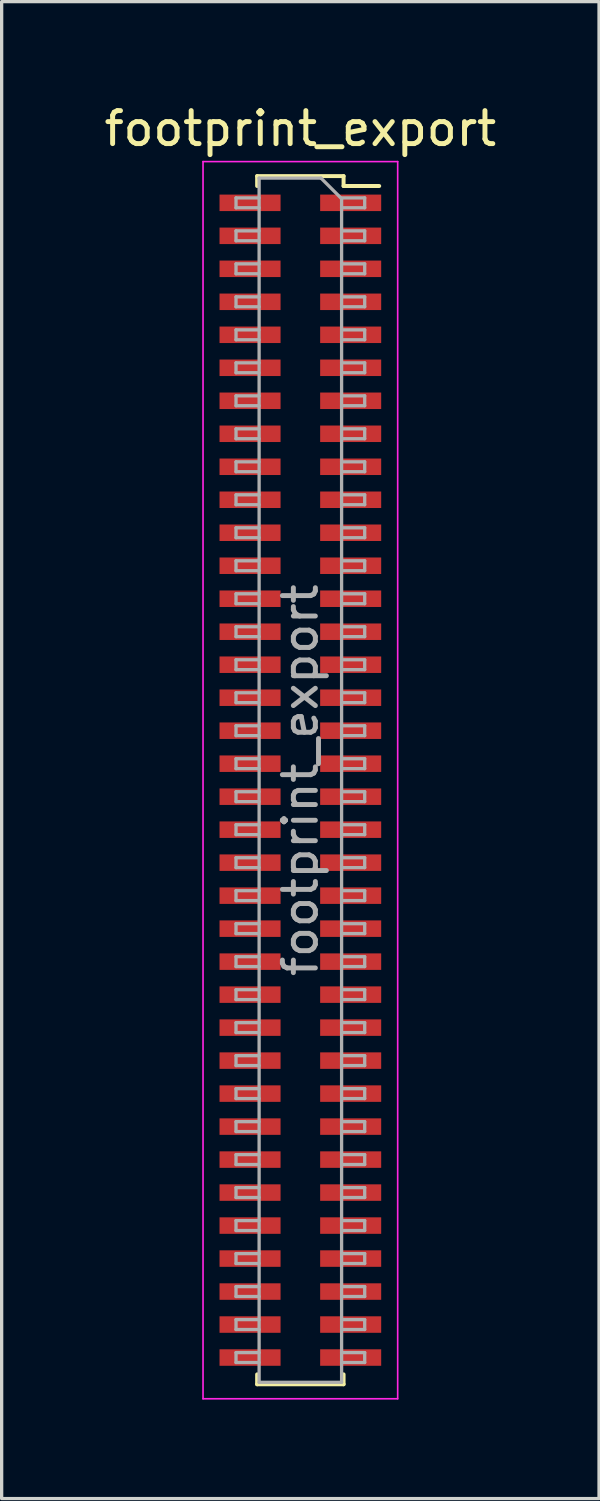
<source format=kicad_pcb>
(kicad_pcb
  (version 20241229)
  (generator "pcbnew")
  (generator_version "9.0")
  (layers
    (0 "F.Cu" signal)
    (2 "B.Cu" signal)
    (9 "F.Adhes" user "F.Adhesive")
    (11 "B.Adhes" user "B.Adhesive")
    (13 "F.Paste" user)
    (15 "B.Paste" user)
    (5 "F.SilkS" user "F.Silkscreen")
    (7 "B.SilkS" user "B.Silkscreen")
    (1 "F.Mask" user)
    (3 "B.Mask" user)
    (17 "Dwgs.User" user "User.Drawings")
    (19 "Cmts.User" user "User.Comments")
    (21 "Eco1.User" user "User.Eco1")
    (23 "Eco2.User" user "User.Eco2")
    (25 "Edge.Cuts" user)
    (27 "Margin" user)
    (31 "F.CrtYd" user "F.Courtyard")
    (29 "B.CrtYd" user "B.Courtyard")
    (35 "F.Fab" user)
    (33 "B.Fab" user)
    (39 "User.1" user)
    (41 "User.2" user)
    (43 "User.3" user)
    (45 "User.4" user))
  (footprint "footprint_export"
    (layer "F.Cu")
    (at 6.054 20.598)
    (property "Reference" "footprint_export" (at 0 -19.75 0) (layer "F.SilkS") (effects (font (size 1 1) (thickness 0.15))))
    (attr smd)
    (fp_line (start -1.31 -18.31) (end -1.31 -18.01) (stroke (width 0.12) (type solid)) (layer "F.SilkS"))
    (fp_line (start -1.31 -18.31) (end 1.31 -18.31) (stroke (width 0.12) (type solid)) (layer "F.SilkS"))
    (fp_line (start -1.31 18.01) (end -1.31 18.31) (stroke (width 0.12) (type solid)) (layer "F.SilkS"))
    (fp_line (start -1.31 18.31) (end 1.31 18.31) (stroke (width 0.12) (type solid)) (layer "F.SilkS"))
    (fp_line (start 1.31 -18.31) (end 1.31 -18.01) (stroke (width 0.12) (type solid)) (layer "F.SilkS"))
    (fp_line (start 1.31 -18.01) (end 2.39 -18.01) (stroke (width 0.12) (type solid)) (layer "F.SilkS"))
    (fp_line (start 1.31 18.01) (end 1.31 18.31) (stroke (width 0.12) (type solid)) (layer "F.SilkS"))
    (fp_line (start -2.95 -18.75) (end 2.95 -18.75) (stroke (width 0.05) (type solid)) (layer "F.CrtYd"))
    (fp_line (start -2.95 18.75) (end -2.95 -18.75) (stroke (width 0.05) (type solid)) (layer "F.CrtYd"))
    (fp_line (start 2.95 -18.75) (end 2.95 18.75) (stroke (width 0.05) (type solid)) (layer "F.CrtYd"))
    (fp_line (start 2.95 18.75) (end -2.95 18.75) (stroke (width 0.05) (type solid)) (layer "F.CrtYd"))
    (fp_line (start -1.95 -17.65) (end -1.25 -17.65) (stroke (width 0.1) (type solid)) (layer "F.Fab"))
    (fp_line (start -1.95 -17.35) (end -1.95 -17.65) (stroke (width 0.1) (type solid)) (layer "F.Fab"))
    (fp_line (start -1.95 -16.65) (end -1.25 -16.65) (stroke (width 0.1) (type solid)) (layer "F.Fab"))
    (fp_line (start -1.95 -16.35) (end -1.95 -16.65) (stroke (width 0.1) (type solid)) (layer "F.Fab"))
    (fp_line (start -1.95 -15.65) (end -1.25 -15.65) (stroke (width 0.1) (type solid)) (layer "F.Fab"))
    (fp_line (start -1.95 -15.35) (end -1.95 -15.65) (stroke (width 0.1) (type solid)) (layer "F.Fab"))
    (fp_line (start -1.95 -14.65) (end -1.25 -14.65) (stroke (width 0.1) (type solid)) (layer "F.Fab"))
    (fp_line (start -1.95 -14.35) (end -1.95 -14.65) (stroke (width 0.1) (type solid)) (layer "F.Fab"))
    (fp_line (start -1.95 -13.65) (end -1.25 -13.65) (stroke (width 0.1) (type solid)) (layer "F.Fab"))
    (fp_line (start -1.95 -13.35) (end -1.95 -13.65) (stroke (width 0.1) (type solid)) (layer "F.Fab"))
    (fp_line (start -1.95 -12.65) (end -1.25 -12.65) (stroke (width 0.1) (type solid)) (layer "F.Fab"))
    (fp_line (start -1.95 -12.35) (end -1.95 -12.65) (stroke (width 0.1) (type solid)) (layer "F.Fab"))
    (fp_line (start -1.95 -11.65) (end -1.25 -11.65) (stroke (width 0.1) (type solid)) (layer "F.Fab"))
    (fp_line (start -1.95 -11.35) (end -1.95 -11.65) (stroke (width 0.1) (type solid)) (layer "F.Fab"))
    (fp_line (start -1.95 -10.65) (end -1.25 -10.65) (stroke (width 0.1) (type solid)) (layer "F.Fab"))
    (fp_line (start -1.95 -10.35) (end -1.95 -10.65) (stroke (width 0.1) (type solid)) (layer "F.Fab"))
    (fp_line (start -1.95 -9.65) (end -1.25 -9.65) (stroke (width 0.1) (type solid)) (layer "F.Fab"))
    (fp_line (start -1.95 -9.35) (end -1.95 -9.65) (stroke (width 0.1) (type solid)) (layer "F.Fab"))
    (fp_line (start -1.95 -8.65) (end -1.25 -8.65) (stroke (width 0.1) (type solid)) (layer "F.Fab"))
    (fp_line (start -1.95 -8.35) (end -1.95 -8.65) (stroke (width 0.1) (type solid)) (layer "F.Fab"))
    (fp_line (start -1.95 -7.65) (end -1.25 -7.65) (stroke (width 0.1) (type solid)) (layer "F.Fab"))
    (fp_line (start -1.95 -7.35) (end -1.95 -7.65) (stroke (width 0.1) (type solid)) (layer "F.Fab"))
    (fp_line (start -1.95 -6.65) (end -1.25 -6.65) (stroke (width 0.1) (type solid)) (layer "F.Fab"))
    (fp_line (start -1.95 -6.35) (end -1.95 -6.65) (stroke (width 0.1) (type solid)) (layer "F.Fab"))
    (fp_line (start -1.95 -5.65) (end -1.25 -5.65) (stroke (width 0.1) (type solid)) (layer "F.Fab"))
    (fp_line (start -1.95 -5.35) (end -1.95 -5.65) (stroke (width 0.1) (type solid)) (layer "F.Fab"))
    (fp_line (start -1.95 -4.65) (end -1.25 -4.65) (stroke (width 0.1) (type solid)) (layer "F.Fab"))
    (fp_line (start -1.95 -4.35) (end -1.95 -4.65) (stroke (width 0.1) (type solid)) (layer "F.Fab"))
    (fp_line (start -1.95 -3.65) (end -1.25 -3.65) (stroke (width 0.1) (type solid)) (layer "F.Fab"))
    (fp_line (start -1.95 -3.35) (end -1.95 -3.65) (stroke (width 0.1) (type solid)) (layer "F.Fab"))
    (fp_line (start -1.95 -2.65) (end -1.25 -2.65) (stroke (width 0.1) (type solid)) (layer "F.Fab"))
    (fp_line (start -1.95 -2.35) (end -1.95 -2.65) (stroke (width 0.1) (type solid)) (layer "F.Fab"))
    (fp_line (start -1.95 -1.65) (end -1.25 -1.65) (stroke (width 0.1) (type solid)) (layer "F.Fab"))
    (fp_line (start -1.95 -1.35) (end -1.95 -1.65) (stroke (width 0.1) (type solid)) (layer "F.Fab"))
    (fp_line (start -1.95 -0.65) (end -1.25 -0.65) (stroke (width 0.1) (type solid)) (layer "F.Fab"))
    (fp_line (start -1.95 -0.35) (end -1.95 -0.65) (stroke (width 0.1) (type solid)) (layer "F.Fab"))
    (fp_line (start -1.95 0.35) (end -1.25 0.35) (stroke (width 0.1) (type solid)) (layer "F.Fab"))
    (fp_line (start -1.95 0.65) (end -1.95 0.35) (stroke (width 0.1) (type solid)) (layer "F.Fab"))
    (fp_line (start -1.95 1.35) (end -1.25 1.35) (stroke (width 0.1) (type solid)) (layer "F.Fab"))
    (fp_line (start -1.95 1.65) (end -1.95 1.35) (stroke (width 0.1) (type solid)) (layer "F.Fab"))
    (fp_line (start -1.95 2.35) (end -1.25 2.35) (stroke (width 0.1) (type solid)) (layer "F.Fab"))
    (fp_line (start -1.95 2.65) (end -1.95 2.35) (stroke (width 0.1) (type solid)) (layer "F.Fab"))
    (fp_line (start -1.95 3.35) (end -1.25 3.35) (stroke (width 0.1) (type solid)) (layer "F.Fab"))
    (fp_line (start -1.95 3.65) (end -1.95 3.35) (stroke (width 0.1) (type solid)) (layer "F.Fab"))
    (fp_line (start -1.95 4.35) (end -1.25 4.35) (stroke (width 0.1) (type solid)) (layer "F.Fab"))
    (fp_line (start -1.95 4.65) (end -1.95 4.35) (stroke (width 0.1) (type solid)) (layer "F.Fab"))
    (fp_line (start -1.95 5.35) (end -1.25 5.35) (stroke (width 0.1) (type solid)) (layer "F.Fab"))
    (fp_line (start -1.95 5.65) (end -1.95 5.35) (stroke (width 0.1) (type solid)) (layer "F.Fab"))
    (fp_line (start -1.95 6.35) (end -1.25 6.35) (stroke (width 0.1) (type solid)) (layer "F.Fab"))
    (fp_line (start -1.95 6.65) (end -1.95 6.35) (stroke (width 0.1) (type solid)) (layer "F.Fab"))
    (fp_line (start -1.95 7.35) (end -1.25 7.35) (stroke (width 0.1) (type solid)) (layer "F.Fab"))
    (fp_line (start -1.95 7.65) (end -1.95 7.35) (stroke (width 0.1) (type solid)) (layer "F.Fab"))
    (fp_line (start -1.95 8.35) (end -1.25 8.35) (stroke (width 0.1) (type solid)) (layer "F.Fab"))
    (fp_line (start -1.95 8.65) (end -1.95 8.35) (stroke (width 0.1) (type solid)) (layer "F.Fab"))
    (fp_line (start -1.95 9.35) (end -1.25 9.35) (stroke (width 0.1) (type solid)) (layer "F.Fab"))
    (fp_line (start -1.95 9.65) (end -1.95 9.35) (stroke (width 0.1) (type solid)) (layer "F.Fab"))
    (fp_line (start -1.95 10.35) (end -1.25 10.35) (stroke (width 0.1) (type solid)) (layer "F.Fab"))
    (fp_line (start -1.95 10.65) (end -1.95 10.35) (stroke (width 0.1) (type solid)) (layer "F.Fab"))
    (fp_line (start -1.95 11.35) (end -1.25 11.35) (stroke (width 0.1) (type solid)) (layer "F.Fab"))
    (fp_line (start -1.95 11.65) (end -1.95 11.35) (stroke (width 0.1) (type solid)) (layer "F.Fab"))
    (fp_line (start -1.95 12.35) (end -1.25 12.35) (stroke (width 0.1) (type solid)) (layer "F.Fab"))
    (fp_line (start -1.95 12.65) (end -1.95 12.35) (stroke (width 0.1) (type solid)) (layer "F.Fab"))
    (fp_line (start -1.95 13.35) (end -1.25 13.35) (stroke (width 0.1) (type solid)) (layer "F.Fab"))
    (fp_line (start -1.95 13.65) (end -1.95 13.35) (stroke (width 0.1) (type solid)) (layer "F.Fab"))
    (fp_line (start -1.95 14.35) (end -1.25 14.35) (stroke (width 0.1) (type solid)) (layer "F.Fab"))
    (fp_line (start -1.95 14.65) (end -1.95 14.35) (stroke (width 0.1) (type solid)) (layer "F.Fab"))
    (fp_line (start -1.95 15.35) (end -1.25 15.35) (stroke (width 0.1) (type solid)) (layer "F.Fab"))
    (fp_line (start -1.95 15.65) (end -1.95 15.35) (stroke (width 0.1) (type solid)) (layer "F.Fab"))
    (fp_line (start -1.95 16.35) (end -1.25 16.35) (stroke (width 0.1) (type solid)) (layer "F.Fab"))
    (fp_line (start -1.95 16.65) (end -1.95 16.35) (stroke (width 0.1) (type solid)) (layer "F.Fab"))
    (fp_line (start -1.95 17.35) (end -1.25 17.35) (stroke (width 0.1) (type solid)) (layer "F.Fab"))
    (fp_line (start -1.95 17.65) (end -1.95 17.35) (stroke (width 0.1) (type solid)) (layer "F.Fab"))
    (fp_line (start -1.25 -18.25) (end 0.625 -18.25) (stroke (width 0.1) (type solid)) (layer "F.Fab"))
    (fp_line (start -1.25 -17.35) (end -1.95 -17.35) (stroke (width 0.1) (type solid)) (layer "F.Fab"))
    (fp_line (start -1.25 -16.35) (end -1.95 -16.35) (stroke (width 0.1) (type solid)) (layer "F.Fab"))
    (fp_line (start -1.25 -15.35) (end -1.95 -15.35) (stroke (width 0.1) (type solid)) (layer "F.Fab"))
    (fp_line (start -1.25 -14.35) (end -1.95 -14.35) (stroke (width 0.1) (type solid)) (layer "F.Fab"))
    (fp_line (start -1.25 -13.35) (end -1.95 -13.35) (stroke (width 0.1) (type solid)) (layer "F.Fab"))
    (fp_line (start -1.25 -12.35) (end -1.95 -12.35) (stroke (width 0.1) (type solid)) (layer "F.Fab"))
    (fp_line (start -1.25 -11.35) (end -1.95 -11.35) (stroke (width 0.1) (type solid)) (layer "F.Fab"))
    (fp_line (start -1.25 -10.35) (end -1.95 -10.35) (stroke (width 0.1) (type solid)) (layer "F.Fab"))
    (fp_line (start -1.25 -9.35) (end -1.95 -9.35) (stroke (width 0.1) (type solid)) (layer "F.Fab"))
    (fp_line (start -1.25 -8.35) (end -1.95 -8.35) (stroke (width 0.1) (type solid)) (layer "F.Fab"))
    (fp_line (start -1.25 -7.35) (end -1.95 -7.35) (stroke (width 0.1) (type solid)) (layer "F.Fab"))
    (fp_line (start -1.25 -6.35) (end -1.95 -6.35) (stroke (width 0.1) (type solid)) (layer "F.Fab"))
    (fp_line (start -1.25 -5.35) (end -1.95 -5.35) (stroke (width 0.1) (type solid)) (layer "F.Fab"))
    (fp_line (start -1.25 -4.35) (end -1.95 -4.35) (stroke (width 0.1) (type solid)) (layer "F.Fab"))
    (fp_line (start -1.25 -3.35) (end -1.95 -3.35) (stroke (width 0.1) (type solid)) (layer "F.Fab"))
    (fp_line (start -1.25 -2.35) (end -1.95 -2.35) (stroke (width 0.1) (type solid)) (layer "F.Fab"))
    (fp_line (start -1.25 -1.35) (end -1.95 -1.35) (stroke (width 0.1) (type solid)) (layer "F.Fab"))
    (fp_line (start -1.25 -0.35) (end -1.95 -0.35) (stroke (width 0.1) (type solid)) (layer "F.Fab"))
    (fp_line (start -1.25 0.65) (end -1.95 0.65) (stroke (width 0.1) (type solid)) (layer "F.Fab"))
    (fp_line (start -1.25 1.65) (end -1.95 1.65) (stroke (width 0.1) (type solid)) (layer "F.Fab"))
    (fp_line (start -1.25 2.65) (end -1.95 2.65) (stroke (width 0.1) (type solid)) (layer "F.Fab"))
    (fp_line (start -1.25 3.65) (end -1.95 3.65) (stroke (width 0.1) (type solid)) (layer "F.Fab"))
    (fp_line (start -1.25 4.65) (end -1.95 4.65) (stroke (width 0.1) (type solid)) (layer "F.Fab"))
    (fp_line (start -1.25 5.65) (end -1.95 5.65) (stroke (width 0.1) (type solid)) (layer "F.Fab"))
    (fp_line (start -1.25 6.65) (end -1.95 6.65) (stroke (width 0.1) (type solid)) (layer "F.Fab"))
    (fp_line (start -1.25 7.65) (end -1.95 7.65) (stroke (width 0.1) (type solid)) (layer "F.Fab"))
    (fp_line (start -1.25 8.65) (end -1.95 8.65) (stroke (width 0.1) (type solid)) (layer "F.Fab"))
    (fp_line (start -1.25 9.65) (end -1.95 9.65) (stroke (width 0.1) (type solid)) (layer "F.Fab"))
    (fp_line (start -1.25 10.65) (end -1.95 10.65) (stroke (width 0.1) (type solid)) (layer "F.Fab"))
    (fp_line (start -1.25 11.65) (end -1.95 11.65) (stroke (width 0.1) (type solid)) (layer "F.Fab"))
    (fp_line (start -1.25 12.65) (end -1.95 12.65) (stroke (width 0.1) (type solid)) (layer "F.Fab"))
    (fp_line (start -1.25 13.65) (end -1.95 13.65) (stroke (width 0.1) (type solid)) (layer "F.Fab"))
    (fp_line (start -1.25 14.65) (end -1.95 14.65) (stroke (width 0.1) (type solid)) (layer "F.Fab"))
    (fp_line (start -1.25 15.65) (end -1.95 15.65) (stroke (width 0.1) (type solid)) (layer "F.Fab"))
    (fp_line (start -1.25 16.65) (end -1.95 16.65) (stroke (width 0.1) (type solid)) (layer "F.Fab"))
    (fp_line (start -1.25 17.65) (end -1.95 17.65) (stroke (width 0.1) (type solid)) (layer "F.Fab"))
    (fp_line (start -1.25 18.25) (end -1.25 -18.25) (stroke (width 0.1) (type solid)) (layer "F.Fab"))
    (fp_line (start 0.625 -18.25) (end 1.25 -17.625) (stroke (width 0.1) (type solid)) (layer "F.Fab"))
    (fp_line (start 1.25 -17.65) (end 1.95 -17.65) (stroke (width 0.1) (type solid)) (layer "F.Fab"))
    (fp_line (start 1.25 -17.625) (end 1.25 18.25) (stroke (width 0.1) (type solid)) (layer "F.Fab"))
    (fp_line (start 1.25 -16.65) (end 1.95 -16.65) (stroke (width 0.1) (type solid)) (layer "F.Fab"))
    (fp_line (start 1.25 -15.65) (end 1.95 -15.65) (stroke (width 0.1) (type solid)) (layer "F.Fab"))
    (fp_line (start 1.25 -14.65) (end 1.95 -14.65) (stroke (width 0.1) (type solid)) (layer "F.Fab"))
    (fp_line (start 1.25 -13.65) (end 1.95 -13.65) (stroke (width 0.1) (type solid)) (layer "F.Fab"))
    (fp_line (start 1.25 -12.65) (end 1.95 -12.65) (stroke (width 0.1) (type solid)) (layer "F.Fab"))
    (fp_line (start 1.25 -11.65) (end 1.95 -11.65) (stroke (width 0.1) (type solid)) (layer "F.Fab"))
    (fp_line (start 1.25 -10.65) (end 1.95 -10.65) (stroke (width 0.1) (type solid)) (layer "F.Fab"))
    (fp_line (start 1.25 -9.65) (end 1.95 -9.65) (stroke (width 0.1) (type solid)) (layer "F.Fab"))
    (fp_line (start 1.25 -8.65) (end 1.95 -8.65) (stroke (width 0.1) (type solid)) (layer "F.Fab"))
    (fp_line (start 1.25 -7.65) (end 1.95 -7.65) (stroke (width 0.1) (type solid)) (layer "F.Fab"))
    (fp_line (start 1.25 -6.65) (end 1.95 -6.65) (stroke (width 0.1) (type solid)) (layer "F.Fab"))
    (fp_line (start 1.25 -5.65) (end 1.95 -5.65) (stroke (width 0.1) (type solid)) (layer "F.Fab"))
    (fp_line (start 1.25 -4.65) (end 1.95 -4.65) (stroke (width 0.1) (type solid)) (layer "F.Fab"))
    (fp_line (start 1.25 -3.65) (end 1.95 -3.65) (stroke (width 0.1) (type solid)) (layer "F.Fab"))
    (fp_line (start 1.25 -2.65) (end 1.95 -2.65) (stroke (width 0.1) (type solid)) (layer "F.Fab"))
    (fp_line (start 1.25 -1.65) (end 1.95 -1.65) (stroke (width 0.1) (type solid)) (layer "F.Fab"))
    (fp_line (start 1.25 -0.65) (end 1.95 -0.65) (stroke (width 0.1) (type solid)) (layer "F.Fab"))
    (fp_line (start 1.25 0.35) (end 1.95 0.35) (stroke (width 0.1) (type solid)) (layer "F.Fab"))
    (fp_line (start 1.25 1.35) (end 1.95 1.35) (stroke (width 0.1) (type solid)) (layer "F.Fab"))
    (fp_line (start 1.25 2.35) (end 1.95 2.35) (stroke (width 0.1) (type solid)) (layer "F.Fab"))
    (fp_line (start 1.25 3.35) (end 1.95 3.35) (stroke (width 0.1) (type solid)) (layer "F.Fab"))
    (fp_line (start 1.25 4.35) (end 1.95 4.35) (stroke (width 0.1) (type solid)) (layer "F.Fab"))
    (fp_line (start 1.25 5.35) (end 1.95 5.35) (stroke (width 0.1) (type solid)) (layer "F.Fab"))
    (fp_line (start 1.25 6.35) (end 1.95 6.35) (stroke (width 0.1) (type solid)) (layer "F.Fab"))
    (fp_line (start 1.25 7.35) (end 1.95 7.35) (stroke (width 0.1) (type solid)) (layer "F.Fab"))
    (fp_line (start 1.25 8.35) (end 1.95 8.35) (stroke (width 0.1) (type solid)) (layer "F.Fab"))
    (fp_line (start 1.25 9.35) (end 1.95 9.35) (stroke (width 0.1) (type solid)) (layer "F.Fab"))
    (fp_line (start 1.25 10.35) (end 1.95 10.35) (stroke (width 0.1) (type solid)) (layer "F.Fab"))
    (fp_line (start 1.25 11.35) (end 1.95 11.35) (stroke (width 0.1) (type solid)) (layer "F.Fab"))
    (fp_line (start 1.25 12.35) (end 1.95 12.35) (stroke (width 0.1) (type solid)) (layer "F.Fab"))
    (fp_line (start 1.25 13.35) (end 1.95 13.35) (stroke (width 0.1) (type solid)) (layer "F.Fab"))
    (fp_line (start 1.25 14.35) (end 1.95 14.35) (stroke (width 0.1) (type solid)) (layer "F.Fab"))
    (fp_line (start 1.25 15.35) (end 1.95 15.35) (stroke (width 0.1) (type solid)) (layer "F.Fab"))
    (fp_line (start 1.25 16.35) (end 1.95 16.35) (stroke (width 0.1) (type solid)) (layer "F.Fab"))
    (fp_line (start 1.25 17.35) (end 1.95 17.35) (stroke (width 0.1) (type solid)) (layer "F.Fab"))
    (fp_line (start 1.25 18.25) (end -1.25 18.25) (stroke (width 0.1) (type solid)) (layer "F.Fab"))
    (fp_line (start 1.95 -17.65) (end 1.95 -17.35) (stroke (width 0.1) (type solid)) (layer "F.Fab"))
    (fp_line (start 1.95 -17.35) (end 1.25 -17.35) (stroke (width 0.1) (type solid)) (layer "F.Fab"))
    (fp_line (start 1.95 -16.65) (end 1.95 -16.35) (stroke (width 0.1) (type solid)) (layer "F.Fab"))
    (fp_line (start 1.95 -16.35) (end 1.25 -16.35) (stroke (width 0.1) (type solid)) (layer "F.Fab"))
    (fp_line (start 1.95 -15.65) (end 1.95 -15.35) (stroke (width 0.1) (type solid)) (layer "F.Fab"))
    (fp_line (start 1.95 -15.35) (end 1.25 -15.35) (stroke (width 0.1) (type solid)) (layer "F.Fab"))
    (fp_line (start 1.95 -14.65) (end 1.95 -14.35) (stroke (width 0.1) (type solid)) (layer "F.Fab"))
    (fp_line (start 1.95 -14.35) (end 1.25 -14.35) (stroke (width 0.1) (type solid)) (layer "F.Fab"))
    (fp_line (start 1.95 -13.65) (end 1.95 -13.35) (stroke (width 0.1) (type solid)) (layer "F.Fab"))
    (fp_line (start 1.95 -13.35) (end 1.25 -13.35) (stroke (width 0.1) (type solid)) (layer "F.Fab"))
    (fp_line (start 1.95 -12.65) (end 1.95 -12.35) (stroke (width 0.1) (type solid)) (layer "F.Fab"))
    (fp_line (start 1.95 -12.35) (end 1.25 -12.35) (stroke (width 0.1) (type solid)) (layer "F.Fab"))
    (fp_line (start 1.95 -11.65) (end 1.95 -11.35) (stroke (width 0.1) (type solid)) (layer "F.Fab"))
    (fp_line (start 1.95 -11.35) (end 1.25 -11.35) (stroke (width 0.1) (type solid)) (layer "F.Fab"))
    (fp_line (start 1.95 -10.65) (end 1.95 -10.35) (stroke (width 0.1) (type solid)) (layer "F.Fab"))
    (fp_line (start 1.95 -10.35) (end 1.25 -10.35) (stroke (width 0.1) (type solid)) (layer "F.Fab"))
    (fp_line (start 1.95 -9.65) (end 1.95 -9.35) (stroke (width 0.1) (type solid)) (layer "F.Fab"))
    (fp_line (start 1.95 -9.35) (end 1.25 -9.35) (stroke (width 0.1) (type solid)) (layer "F.Fab"))
    (fp_line (start 1.95 -8.65) (end 1.95 -8.35) (stroke (width 0.1) (type solid)) (layer "F.Fab"))
    (fp_line (start 1.95 -8.35) (end 1.25 -8.35) (stroke (width 0.1) (type solid)) (layer "F.Fab"))
    (fp_line (start 1.95 -7.65) (end 1.95 -7.35) (stroke (width 0.1) (type solid)) (layer "F.Fab"))
    (fp_line (start 1.95 -7.35) (end 1.25 -7.35) (stroke (width 0.1) (type solid)) (layer "F.Fab"))
    (fp_line (start 1.95 -6.65) (end 1.95 -6.35) (stroke (width 0.1) (type solid)) (layer "F.Fab"))
    (fp_line (start 1.95 -6.35) (end 1.25 -6.35) (stroke (width 0.1) (type solid)) (layer "F.Fab"))
    (fp_line (start 1.95 -5.65) (end 1.95 -5.35) (stroke (width 0.1) (type solid)) (layer "F.Fab"))
    (fp_line (start 1.95 -5.35) (end 1.25 -5.35) (stroke (width 0.1) (type solid)) (layer "F.Fab"))
    (fp_line (start 1.95 -4.65) (end 1.95 -4.35) (stroke (width 0.1) (type solid)) (layer "F.Fab"))
    (fp_line (start 1.95 -4.35) (end 1.25 -4.35) (stroke (width 0.1) (type solid)) (layer "F.Fab"))
    (fp_line (start 1.95 -3.65) (end 1.95 -3.35) (stroke (width 0.1) (type solid)) (layer "F.Fab"))
    (fp_line (start 1.95 -3.35) (end 1.25 -3.35) (stroke (width 0.1) (type solid)) (layer "F.Fab"))
    (fp_line (start 1.95 -2.65) (end 1.95 -2.35) (stroke (width 0.1) (type solid)) (layer "F.Fab"))
    (fp_line (start 1.95 -2.35) (end 1.25 -2.35) (stroke (width 0.1) (type solid)) (layer "F.Fab"))
    (fp_line (start 1.95 -1.65) (end 1.95 -1.35) (stroke (width 0.1) (type solid)) (layer "F.Fab"))
    (fp_line (start 1.95 -1.35) (end 1.25 -1.35) (stroke (width 0.1) (type solid)) (layer "F.Fab"))
    (fp_line (start 1.95 -0.65) (end 1.95 -0.35) (stroke (width 0.1) (type solid)) (layer "F.Fab"))
    (fp_line (start 1.95 -0.35) (end 1.25 -0.35) (stroke (width 0.1) (type solid)) (layer "F.Fab"))
    (fp_line (start 1.95 0.35) (end 1.95 0.65) (stroke (width 0.1) (type solid)) (layer "F.Fab"))
    (fp_line (start 1.95 0.65) (end 1.25 0.65) (stroke (width 0.1) (type solid)) (layer "F.Fab"))
    (fp_line (start 1.95 1.35) (end 1.95 1.65) (stroke (width 0.1) (type solid)) (layer "F.Fab"))
    (fp_line (start 1.95 1.65) (end 1.25 1.65) (stroke (width 0.1) (type solid)) (layer "F.Fab"))
    (fp_line (start 1.95 2.35) (end 1.95 2.65) (stroke (width 0.1) (type solid)) (layer "F.Fab"))
    (fp_line (start 1.95 2.65) (end 1.25 2.65) (stroke (width 0.1) (type solid)) (layer "F.Fab"))
    (fp_line (start 1.95 3.35) (end 1.95 3.65) (stroke (width 0.1) (type solid)) (layer "F.Fab"))
    (fp_line (start 1.95 3.65) (end 1.25 3.65) (stroke (width 0.1) (type solid)) (layer "F.Fab"))
    (fp_line (start 1.95 4.35) (end 1.95 4.65) (stroke (width 0.1) (type solid)) (layer "F.Fab"))
    (fp_line (start 1.95 4.65) (end 1.25 4.65) (stroke (width 0.1) (type solid)) (layer "F.Fab"))
    (fp_line (start 1.95 5.35) (end 1.95 5.65) (stroke (width 0.1) (type solid)) (layer "F.Fab"))
    (fp_line (start 1.95 5.65) (end 1.25 5.65) (stroke (width 0.1) (type solid)) (layer "F.Fab"))
    (fp_line (start 1.95 6.35) (end 1.95 6.65) (stroke (width 0.1) (type solid)) (layer "F.Fab"))
    (fp_line (start 1.95 6.65) (end 1.25 6.65) (stroke (width 0.1) (type solid)) (layer "F.Fab"))
    (fp_line (start 1.95 7.35) (end 1.95 7.65) (stroke (width 0.1) (type solid)) (layer "F.Fab"))
    (fp_line (start 1.95 7.65) (end 1.25 7.65) (stroke (width 0.1) (type solid)) (layer "F.Fab"))
    (fp_line (start 1.95 8.35) (end 1.95 8.65) (stroke (width 0.1) (type solid)) (layer "F.Fab"))
    (fp_line (start 1.95 8.65) (end 1.25 8.65) (stroke (width 0.1) (type solid)) (layer "F.Fab"))
    (fp_line (start 1.95 9.35) (end 1.95 9.65) (stroke (width 0.1) (type solid)) (layer "F.Fab"))
    (fp_line (start 1.95 9.65) (end 1.25 9.65) (stroke (width 0.1) (type solid)) (layer "F.Fab"))
    (fp_line (start 1.95 10.35) (end 1.95 10.65) (stroke (width 0.1) (type solid)) (layer "F.Fab"))
    (fp_line (start 1.95 10.65) (end 1.25 10.65) (stroke (width 0.1) (type solid)) (layer "F.Fab"))
    (fp_line (start 1.95 11.35) (end 1.95 11.65) (stroke (width 0.1) (type solid)) (layer "F.Fab"))
    (fp_line (start 1.95 11.65) (end 1.25 11.65) (stroke (width 0.1) (type solid)) (layer "F.Fab"))
    (fp_line (start 1.95 12.35) (end 1.95 12.65) (stroke (width 0.1) (type solid)) (layer "F.Fab"))
    (fp_line (start 1.95 12.65) (end 1.25 12.65) (stroke (width 0.1) (type solid)) (layer "F.Fab"))
    (fp_line (start 1.95 13.35) (end 1.95 13.65) (stroke (width 0.1) (type solid)) (layer "F.Fab"))
    (fp_line (start 1.95 13.65) (end 1.25 13.65) (stroke (width 0.1) (type solid)) (layer "F.Fab"))
    (fp_line (start 1.95 14.35) (end 1.95 14.65) (stroke (width 0.1) (type solid)) (layer "F.Fab"))
    (fp_line (start 1.95 14.65) (end 1.25 14.65) (stroke (width 0.1) (type solid)) (layer "F.Fab"))
    (fp_line (start 1.95 15.35) (end 1.95 15.65) (stroke (width 0.1) (type solid)) (layer "F.Fab"))
    (fp_line (start 1.95 15.65) (end 1.25 15.65) (stroke (width 0.1) (type solid)) (layer "F.Fab"))
    (fp_line (start 1.95 16.35) (end 1.95 16.65) (stroke (width 0.1) (type solid)) (layer "F.Fab"))
    (fp_line (start 1.95 16.65) (end 1.25 16.65) (stroke (width 0.1) (type solid)) (layer "F.Fab"))
    (fp_line (start 1.95 17.35) (end 1.95 17.65) (stroke (width 0.1) (type solid)) (layer "F.Fab"))
    (fp_line (start 1.95 17.65) (end 1.25 17.65) (stroke (width 0.1) (type solid)) (layer "F.Fab"))
    (fp_text user "${REFERENCE}" (at 0 0 90) (layer "F.Fab") (effects (font (size 1 1) (thickness 0.15))))
    (pad "1" smd rect (at 1.525 -17.5) (size 1.85 0.5) (layers "F.Cu" "F.Mask" "F.Paste"))
    (pad "2" smd rect (at -1.525 -17.5) (size 1.85 0.5) (layers "F.Cu" "F.Mask" "F.Paste"))
    (pad "3" smd rect (at 1.525 -16.5) (size 1.85 0.5) (layers "F.Cu" "F.Mask" "F.Paste"))
    (pad "4" smd rect (at -1.525 -16.5) (size 1.85 0.5) (layers "F.Cu" "F.Mask" "F.Paste"))
    (pad "5" smd rect (at 1.525 -15.5) (size 1.85 0.5) (layers "F.Cu" "F.Mask" "F.Paste"))
    (pad "6" smd rect (at -1.525 -15.5) (size 1.85 0.5) (layers "F.Cu" "F.Mask" "F.Paste"))
    (pad "7" smd rect (at 1.525 -14.5) (size 1.85 0.5) (layers "F.Cu" "F.Mask" "F.Paste"))
    (pad "8" smd rect (at -1.525 -14.5) (size 1.85 0.5) (layers "F.Cu" "F.Mask" "F.Paste"))
    (pad "9" smd rect (at 1.525 -13.5) (size 1.85 0.5) (layers "F.Cu" "F.Mask" "F.Paste"))
    (pad "10" smd rect (at -1.525 -13.5) (size 1.85 0.5) (layers "F.Cu" "F.Mask" "F.Paste"))
    (pad "11" smd rect (at 1.525 -12.5) (size 1.85 0.5) (layers "F.Cu" "F.Mask" "F.Paste"))
    (pad "12" smd rect (at -1.525 -12.5) (size 1.85 0.5) (layers "F.Cu" "F.Mask" "F.Paste"))
    (pad "13" smd rect (at 1.525 -11.5) (size 1.85 0.5) (layers "F.Cu" "F.Mask" "F.Paste"))
    (pad "14" smd rect (at -1.525 -11.5) (size 1.85 0.5) (layers "F.Cu" "F.Mask" "F.Paste"))
    (pad "15" smd rect (at 1.525 -10.5) (size 1.85 0.5) (layers "F.Cu" "F.Mask" "F.Paste"))
    (pad "16" smd rect (at -1.525 -10.5) (size 1.85 0.5) (layers "F.Cu" "F.Mask" "F.Paste"))
    (pad "17" smd rect (at 1.525 -9.5) (size 1.85 0.5) (layers "F.Cu" "F.Mask" "F.Paste"))
    (pad "18" smd rect (at -1.525 -9.5) (size 1.85 0.5) (layers "F.Cu" "F.Mask" "F.Paste"))
    (pad "19" smd rect (at 1.525 -8.5) (size 1.85 0.5) (layers "F.Cu" "F.Mask" "F.Paste"))
    (pad "20" smd rect (at -1.525 -8.5) (size 1.85 0.5) (layers "F.Cu" "F.Mask" "F.Paste"))
    (pad "21" smd rect (at 1.525 -7.5) (size 1.85 0.5) (layers "F.Cu" "F.Mask" "F.Paste"))
    (pad "22" smd rect (at -1.525 -7.5) (size 1.85 0.5) (layers "F.Cu" "F.Mask" "F.Paste"))
    (pad "23" smd rect (at 1.525 -6.5) (size 1.85 0.5) (layers "F.Cu" "F.Mask" "F.Paste"))
    (pad "24" smd rect (at -1.525 -6.5) (size 1.85 0.5) (layers "F.Cu" "F.Mask" "F.Paste"))
    (pad "25" smd rect (at 1.525 -5.5) (size 1.85 0.5) (layers "F.Cu" "F.Mask" "F.Paste"))
    (pad "26" smd rect (at -1.525 -5.5) (size 1.85 0.5) (layers "F.Cu" "F.Mask" "F.Paste"))
    (pad "27" smd rect (at 1.525 -4.5) (size 1.85 0.5) (layers "F.Cu" "F.Mask" "F.Paste"))
    (pad "28" smd rect (at -1.525 -4.5) (size 1.85 0.5) (layers "F.Cu" "F.Mask" "F.Paste"))
    (pad "29" smd rect (at 1.525 -3.5) (size 1.85 0.5) (layers "F.Cu" "F.Mask" "F.Paste"))
    (pad "30" smd rect (at -1.525 -3.5) (size 1.85 0.5) (layers "F.Cu" "F.Mask" "F.Paste"))
    (pad "31" smd rect (at 1.525 -2.5) (size 1.85 0.5) (layers "F.Cu" "F.Mask" "F.Paste"))
    (pad "32" smd rect (at -1.525 -2.5) (size 1.85 0.5) (layers "F.Cu" "F.Mask" "F.Paste"))
    (pad "33" smd rect (at 1.525 -1.5) (size 1.85 0.5) (layers "F.Cu" "F.Mask" "F.Paste"))
    (pad "34" smd rect (at -1.525 -1.5) (size 1.85 0.5) (layers "F.Cu" "F.Mask" "F.Paste"))
    (pad "35" smd rect (at 1.525 -0.5) (size 1.85 0.5) (layers "F.Cu" "F.Mask" "F.Paste"))
    (pad "36" smd rect (at -1.525 -0.5) (size 1.85 0.5) (layers "F.Cu" "F.Mask" "F.Paste"))
    (pad "37" smd rect (at 1.525 0.5) (size 1.85 0.5) (layers "F.Cu" "F.Mask" "F.Paste"))
    (pad "38" smd rect (at -1.525 0.5) (size 1.85 0.5) (layers "F.Cu" "F.Mask" "F.Paste"))
    (pad "39" smd rect (at 1.525 1.5) (size 1.85 0.5) (layers "F.Cu" "F.Mask" "F.Paste"))
    (pad "40" smd rect (at -1.525 1.5) (size 1.85 0.5) (layers "F.Cu" "F.Mask" "F.Paste"))
    (pad "41" smd rect (at 1.525 2.5) (size 1.85 0.5) (layers "F.Cu" "F.Mask" "F.Paste"))
    (pad "42" smd rect (at -1.525 2.5) (size 1.85 0.5) (layers "F.Cu" "F.Mask" "F.Paste"))
    (pad "43" smd rect (at 1.525 3.5) (size 1.85 0.5) (layers "F.Cu" "F.Mask" "F.Paste"))
    (pad "44" smd rect (at -1.525 3.5) (size 1.85 0.5) (layers "F.Cu" "F.Mask" "F.Paste"))
    (pad "45" smd rect (at 1.525 4.5) (size 1.85 0.5) (layers "F.Cu" "F.Mask" "F.Paste"))
    (pad "46" smd rect (at -1.525 4.5) (size 1.85 0.5) (layers "F.Cu" "F.Mask" "F.Paste"))
    (pad "47" smd rect (at 1.525 5.5) (size 1.85 0.5) (layers "F.Cu" "F.Mask" "F.Paste"))
    (pad "48" smd rect (at -1.525 5.5) (size 1.85 0.5) (layers "F.Cu" "F.Mask" "F.Paste"))
    (pad "49" smd rect (at 1.525 6.5) (size 1.85 0.5) (layers "F.Cu" "F.Mask" "F.Paste"))
    (pad "50" smd rect (at -1.525 6.5) (size 1.85 0.5) (layers "F.Cu" "F.Mask" "F.Paste"))
    (pad "51" smd rect (at 1.525 7.5) (size 1.85 0.5) (layers "F.Cu" "F.Mask" "F.Paste"))
    (pad "52" smd rect (at -1.525 7.5) (size 1.85 0.5) (layers "F.Cu" "F.Mask" "F.Paste"))
    (pad "53" smd rect (at 1.525 8.5) (size 1.85 0.5) (layers "F.Cu" "F.Mask" "F.Paste"))
    (pad "54" smd rect (at -1.525 8.5) (size 1.85 0.5) (layers "F.Cu" "F.Mask" "F.Paste"))
    (pad "55" smd rect (at 1.525 9.5) (size 1.85 0.5) (layers "F.Cu" "F.Mask" "F.Paste"))
    (pad "56" smd rect (at -1.525 9.5) (size 1.85 0.5) (layers "F.Cu" "F.Mask" "F.Paste"))
    (pad "57" smd rect (at 1.525 10.5) (size 1.85 0.5) (layers "F.Cu" "F.Mask" "F.Paste"))
    (pad "58" smd rect (at -1.525 10.5) (size 1.85 0.5) (layers "F.Cu" "F.Mask" "F.Paste"))
    (pad "59" smd rect (at 1.525 11.5) (size 1.85 0.5) (layers "F.Cu" "F.Mask" "F.Paste"))
    (pad "60" smd rect (at -1.525 11.5) (size 1.85 0.5) (layers "F.Cu" "F.Mask" "F.Paste"))
    (pad "61" smd rect (at 1.525 12.5) (size 1.85 0.5) (layers "F.Cu" "F.Mask" "F.Paste"))
    (pad "62" smd rect (at -1.525 12.5) (size 1.85 0.5) (layers "F.Cu" "F.Mask" "F.Paste"))
    (pad "63" smd rect (at 1.525 13.5) (size 1.85 0.5) (layers "F.Cu" "F.Mask" "F.Paste"))
    (pad "64" smd rect (at -1.525 13.5) (size 1.85 0.5) (layers "F.Cu" "F.Mask" "F.Paste"))
    (pad "65" smd rect (at 1.525 14.5) (size 1.85 0.5) (layers "F.Cu" "F.Mask" "F.Paste"))
    (pad "66" smd rect (at -1.525 14.5) (size 1.85 0.5) (layers "F.Cu" "F.Mask" "F.Paste"))
    (pad "67" smd rect (at 1.525 15.5) (size 1.85 0.5) (layers "F.Cu" "F.Mask" "F.Paste"))
    (pad "68" smd rect (at -1.525 15.5) (size 1.85 0.5) (layers "F.Cu" "F.Mask" "F.Paste"))
    (pad "69" smd rect (at 1.525 16.5) (size 1.85 0.5) (layers "F.Cu" "F.Mask" "F.Paste"))
    (pad "70" smd rect (at -1.525 16.5) (size 1.85 0.5) (layers "F.Cu" "F.Mask" "F.Paste"))
    (pad "71" smd rect (at 1.525 17.5) (size 1.85 0.5) (layers "F.Cu" "F.Mask" "F.Paste"))
    (pad "72" smd rect (at -1.525 17.5) (size 1.85 0.5) (layers "F.Cu" "F.Mask" "F.Paste")))
  (gr_rect
    (start -3 -3)
    (end 15.107 42.373)
    (stroke (width 0.1) (type default))
    (fill no)
    (layer "Edge.Cuts")))
</source>
